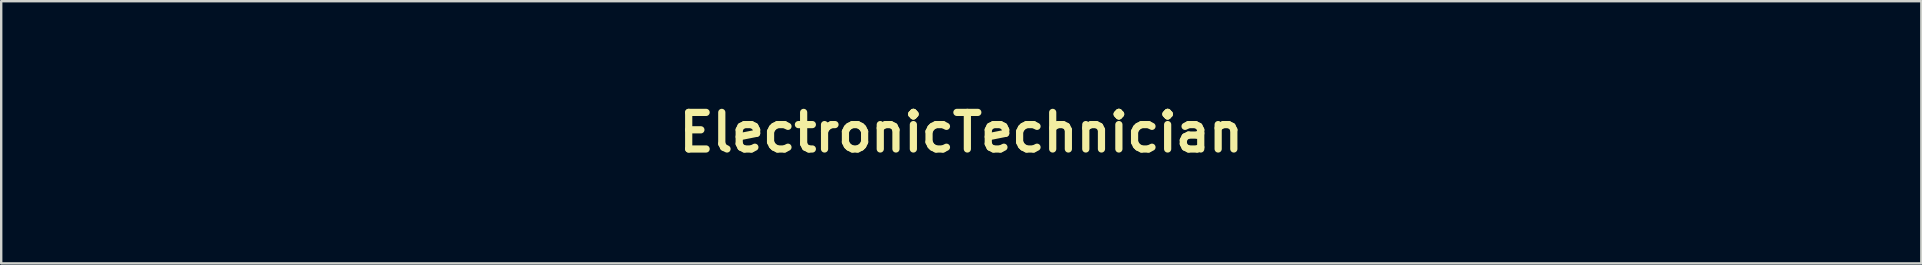
<source format=kicad_pcb>
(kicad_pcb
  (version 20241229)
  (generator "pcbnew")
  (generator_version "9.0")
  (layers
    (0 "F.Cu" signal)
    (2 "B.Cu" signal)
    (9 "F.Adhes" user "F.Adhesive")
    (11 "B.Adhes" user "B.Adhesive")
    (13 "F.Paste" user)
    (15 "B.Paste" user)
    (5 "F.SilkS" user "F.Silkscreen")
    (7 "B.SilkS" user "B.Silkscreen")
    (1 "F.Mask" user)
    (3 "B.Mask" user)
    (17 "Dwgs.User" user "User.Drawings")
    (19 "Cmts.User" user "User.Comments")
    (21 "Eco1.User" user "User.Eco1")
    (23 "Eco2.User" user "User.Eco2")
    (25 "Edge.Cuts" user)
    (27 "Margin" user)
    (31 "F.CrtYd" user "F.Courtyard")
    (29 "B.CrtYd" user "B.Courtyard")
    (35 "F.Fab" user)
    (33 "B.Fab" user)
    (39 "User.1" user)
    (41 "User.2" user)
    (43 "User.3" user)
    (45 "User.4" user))
  (footprint "ElectronicTechnician"
    (layer "F.Cu")
    (at 37.004 2.468)
    (property "Reference" "ElectronicTechnician" (at 0 0 0) (layer "F.SilkS") (effects (font (size 1.524 1.524) (thickness 0.3))))
    (attr through_hole)
    (fp_poly (pts (xy -8.213 2.371) (xy -9.398 2.371) (xy -9.398 -1.185) (xy -8.213 -1.185) (xy -8.213 2.371)) (stroke (width 0.01) (type solid)) (fill yes) (layer "F.Mask"))
    (fp_poly (pts (xy 23.199 -1.439) (xy 22.013 -1.439) (xy 22.013 -2.455) (xy 23.199 -2.455) (xy 23.199 -1.439)) (stroke (width 0.01) (type solid)) (fill yes) (layer "F.Mask"))
    (fp_poly (pts (xy 23.199 2.371) (xy 22.013 2.371) (xy 22.013 -1.185) (xy 23.199 -1.185) (xy 23.199 2.371)) (stroke (width 0.01) (type solid)) (fill yes) (layer "F.Mask"))
    (fp_poly (pts (xy 28.617 -1.439) (xy 27.517 -1.439) (xy 27.517 -2.455) (xy 28.617 -2.455) (xy 28.617 -1.439)) (stroke (width 0.01) (type solid)) (fill yes) (layer "F.Mask"))
    (fp_poly (pts (xy 28.617 2.371) (xy 27.517 2.371) (xy 27.517 -1.185) (xy 28.617 -1.185) (xy 28.617 2.371)) (stroke (width 0.01) (type solid)) (fill yes) (layer "F.Mask"))
    (fp_poly (pts (xy -8.826 -2.438) (xy -8.255 -2.413) (xy -8.255 -1.482) (xy -9.398 -1.432) (xy -9.398 -2.463) (xy -8.826 -2.438)) (stroke (width 0.01) (type solid)) (fill yes) (layer "F.Mask"))
    (fp_poly (pts (xy -30.988 2.371) (xy -32.176 2.371) (xy -32.153 -0.021) (xy -32.131 -2.413) (xy -31.559 -2.438) (xy -30.988 -2.463) (xy -30.988 2.371)) (stroke (width 0.01) (type solid)) (fill yes) (layer "F.Mask"))
    (fp_poly (pts (xy 3.916 -2.435) (xy 6.308 -2.413) (xy 6.308 -1.566) (xy 4.487 -1.518) (xy 4.487 2.371) (xy 3.302 2.371) (xy 3.302 -1.524) (xy 1.524 -1.524) (xy 1.524 -2.458) (xy 3.916 -2.435)) (stroke (width 0.01) (type solid)) (fill yes) (layer "F.Mask"))
    (fp_poly (pts (xy -34.819 -2.436) (xy -32.639 -2.413) (xy -32.639 -1.566) (xy -34.227 -1.543) (xy -35.814 -1.52) (xy -35.814 -0.597) (xy -32.893 -0.55) (xy -32.842 0.339) (xy -35.814 0.339) (xy -35.814 1.524) (xy -32.512 1.524) (xy -32.512 2.371) (xy -36.999 2.371) (xy -36.999 -2.458) (xy -34.819 -2.436)) (stroke (width 0.01) (type solid)) (fill yes) (layer "F.Mask"))
    (fp_poly (pts (xy 36.287 -1.121) (xy 36.671 -0.869) (xy 36.747 -0.79) (xy 36.999 -0.502) (xy 36.999 2.371) (xy 35.899 2.371) (xy 35.899 1.162) (xy 35.894 0.606) (xy 35.873 0.196) (xy 35.827 -0.088) (xy 35.748 -0.27) (xy 35.626 -0.372) (xy 35.452 -0.415) (xy 35.265 -0.423) (xy 34.997 -0.4) (xy 34.821 -0.31) (xy 34.719 -0.2) (xy 34.649 -0.095) (xy 34.6 0.029) (xy 34.569 0.205) (xy 34.552 0.465) (xy 34.545 0.839) (xy 34.544 1.197) (xy 34.544 2.371) (xy 33.359 2.371) (xy 33.359 -1.197) (xy 34.015 -1.186) (xy 34.427 -1.189) (xy 34.861 -1.207) (xy 35.198 -1.234) (xy 35.796 -1.242) (xy 36.287 -1.121)) (stroke (width 0.01) (type solid)) (fill yes) (layer "F.Mask"))
    (fp_poly (pts (xy 20.456 -1.181) (xy 20.887 -1.053) (xy 21.203 -0.825) (xy 21.31 -0.691) (xy 21.368 -0.582) (xy 21.412 -0.434) (xy 21.443 -0.219) (xy 21.465 0.089) (xy 21.481 0.518) (xy 21.491 0.953) (xy 21.52 2.371) (xy 20.32 2.371) (xy 20.32 1.107) (xy 20.317 0.597) (xy 20.306 0.231) (xy 20.285 -0.018) (xy 20.252 -0.177) (xy 20.203 -0.272) (xy 20.187 -0.29) (xy 19.98 -0.395) (xy 19.695 -0.419) (xy 19.404 -0.365) (xy 19.208 -0.262) (xy 19.129 -0.19) (xy 19.074 -0.103) (xy 19.036 0.028) (xy 19.012 0.232) (xy 18.996 0.539) (xy 18.984 0.978) (xy 18.98 1.135) (xy 18.953 2.371) (xy 17.78 2.371) (xy 17.78 -1.195) (xy 18.521 -1.198) (xy 18.966 -1.202) (xy 19.447 -1.207) (xy 19.865 -1.214) (xy 19.897 -1.214) (xy 20.456 -1.181)) (stroke (width 0.01) (type solid)) (fill yes) (layer "F.Mask"))
    (fp_poly (pts (xy -10.979 -1.189) (xy -10.574 -1.079) (xy -10.28 -0.878) (xy -10.075 -0.576) (xy -10.066 -0.557) (xy -10.003 -0.391) (xy -9.959 -0.194) (xy -9.931 0.064) (xy -9.915 0.417) (xy -9.908 0.897) (xy -9.908 1.079) (xy -9.906 2.371) (xy -11.079 2.371) (xy -11.107 1.055) (xy -11.119 0.524) (xy -11.138 0.138) (xy -11.175 -0.125) (xy -11.237 -0.289) (xy -11.337 -0.377) (xy -11.484 -0.414) (xy -11.688 -0.422) (xy -11.741 -0.422) (xy -12.006 -0.396) (xy -12.185 -0.296) (xy -12.271 -0.2) (xy -12.341 -0.095) (xy -12.39 0.029) (xy -12.421 0.205) (xy -12.438 0.465) (xy -12.445 0.839) (xy -12.446 1.197) (xy -12.446 2.371) (xy -13.631 2.371) (xy -13.631 -1.191) (xy -12.89 -1.199) (xy -12.445 -1.204) (xy -11.965 -1.211) (xy -11.547 -1.217) (xy -11.515 -1.217) (xy -10.979 -1.189)) (stroke (width 0.01) (type solid)) (fill yes) (layer "F.Mask"))
    (fp_poly (pts (xy 14.732 -1.769) (xy 14.735 -1.431) (xy 14.75 -1.232) (xy 14.783 -1.143) (xy 14.842 -1.133) (xy 14.88 -1.147) (xy 15.039 -1.186) (xy 15.306 -1.224) (xy 15.589 -1.25) (xy 16.14 -1.229) (xy 16.602 -1.093) (xy 16.954 -0.848) (xy 17.1 -0.662) (xy 17.165 -0.54) (xy 17.211 -0.401) (xy 17.242 -0.216) (xy 17.26 0.047) (xy 17.269 0.415) (xy 17.272 0.919) (xy 17.272 0.999) (xy 17.272 2.378) (xy 16.129 2.328) (xy 16.105 1.064) (xy 16.09 0.557) (xy 16.065 0.144) (xy 16.033 -0.15) (xy 15.995 -0.302) (xy 15.989 -0.312) (xy 15.84 -0.387) (xy 15.594 -0.419) (xy 15.323 -0.408) (xy 15.096 -0.351) (xy 15.069 -0.338) (xy 14.935 -0.205) (xy 14.837 0.039) (xy 14.773 0.409) (xy 14.739 0.92) (xy 14.732 1.376) (xy 14.732 2.371) (xy 13.631 2.371) (xy 13.631 -2.455) (xy 14.732 -2.455) (xy 14.732 -1.769)) (stroke (width 0.01) (type solid)) (fill yes) (layer "F.Mask"))
    (fp_poly (pts (xy -15.576 -1.243) (xy -15.076 -1.122) (xy -14.627 -0.883) (xy -14.579 -0.849) (xy -14.258 -0.567) (xy -14.057 -0.253) (xy -13.954 0.138) (xy -13.93 0.55) (xy -13.983 1.108) (xy -14.153 1.553) (xy -14.45 1.903) (xy -14.854 2.16) (xy -15.37 2.342) (xy -15.934 2.424) (xy -16.474 2.398) (xy -16.619 2.368) (xy -17.119 2.188) (xy -17.516 1.915) (xy -17.626 1.807) (xy -17.837 1.536) (xy -17.964 1.235) (xy -18.024 0.852) (xy -18.03 0.645) (xy -16.849 0.645) (xy -16.835 0.94) (xy -16.779 1.136) (xy -16.657 1.304) (xy -16.601 1.361) (xy -16.29 1.561) (xy -15.923 1.611) (xy -15.544 1.512) (xy -15.315 1.322) (xy -15.155 1.018) (xy -15.086 0.651) (xy -15.093 0.455) (xy -15.194 0.04) (xy -15.394 -0.247) (xy -15.706 -0.42) (xy -15.735 -0.43) (xy -15.993 -0.483) (xy -16.209 -0.45) (xy -16.359 -0.387) (xy -16.611 -0.217) (xy -16.765 0.024) (xy -16.838 0.371) (xy -16.849 0.645) (xy -18.03 0.645) (xy -18.034 0.519) (xy -18.022 0.173) (xy -17.971 -0.08) (xy -17.865 -0.313) (xy -17.79 -0.437) (xy -17.447 -0.823) (xy -16.987 -1.088) (xy -16.409 -1.233) (xy -16.169 -1.255) (xy -15.576 -1.243)) (stroke (width 0.01) (type solid)) (fill yes) (layer "F.Mask"))
    (fp_poly (pts (xy -27.717 -1.125) (xy -27.257 -0.886) (xy -26.905 -0.541) (xy -26.677 -0.1) (xy -26.586 0.426) (xy -26.585 0.492) (xy -26.585 0.931) (xy -27.03 0.945) (xy -27.251 0.955) (xy -27.307 0.969) (xy -27.203 0.986) (xy -27.178 0.989) (xy -26.915 1.023) (xy -26.693 1.061) (xy -26.69 1.062) (xy -26.499 1.104) (xy -26.661 1.42) (xy -26.957 1.848) (xy -27.352 2.151) (xy -27.545 2.243) (xy -27.961 2.36) (xy -28.457 2.416) (xy -28.953 2.405) (xy -29.31 2.342) (xy -29.833 2.118) (xy -30.235 1.78) (xy -30.506 1.342) (xy -30.609 0.931) (xy -29.47 0.931) (xy -29.372 1.122) (xy -29.144 1.398) (xy -28.824 1.569) (xy -28.465 1.618) (xy -28.119 1.529) (xy -28.105 1.521) (xy -27.951 1.386) (xy -27.812 1.183) (xy -27.682 0.931) (xy -29.47 0.931) (xy -30.609 0.931) (xy -30.637 0.817) (xy -30.647 0.611) (xy -30.576 0.043) (xy -30.564 0.015) (xy -29.379 0.015) (xy -29.301 0.045) (xy -29.089 0.068) (xy -28.782 0.082) (xy -28.565 0.085) (xy -27.75 0.085) (xy -27.875 -0.106) (xy -28.138 -0.362) (xy -28.477 -0.477) (xy -28.693 -0.472) (xy -28.918 -0.399) (xy -29.144 -0.267) (xy -29.316 -0.114) (xy -29.379 0.015) (xy -30.564 0.015) (xy -30.364 -0.437) (xy -30.023 -0.818) (xy -29.563 -1.088) (xy -28.994 -1.236) (xy -28.912 -1.246) (xy -28.274 -1.249) (xy -27.717 -1.125)) (stroke (width 0.01) (type solid)) (fill yes) (layer "F.Mask"))
    (fp_poly (pts (xy 25.889 -1.245) (xy 26.372 -1.137) (xy 26.77 -0.916) (xy 26.937 -0.769) (xy 27.126 -0.543) (xy 27.271 -0.303) (xy 27.35 -0.095) (xy 27.34 0.035) (xy 27.336 0.04) (xy 27.241 0.065) (xy 27.028 0.1) (xy 26.789 0.13) (xy 26.505 0.158) (xy 26.342 0.153) (xy 26.252 0.098) (xy 26.188 -0.022) (xy 26.169 -0.068) (xy 25.98 -0.33) (xy 25.7 -0.461) (xy 25.358 -0.448) (xy 25.278 -0.425) (xy 24.995 -0.285) (xy 24.82 -0.073) (xy 24.737 0.245) (xy 24.723 0.532) (xy 24.762 0.998) (xy 24.885 1.323) (xy 25.101 1.521) (xy 25.419 1.602) (xy 25.51 1.606) (xy 25.809 1.545) (xy 26.061 1.384) (xy 26.217 1.159) (xy 26.247 1.008) (xy 26.258 0.91) (xy 26.315 0.86) (xy 26.458 0.847) (xy 26.723 0.862) (xy 26.802 0.868) (xy 27.093 0.898) (xy 27.311 0.932) (xy 27.407 0.962) (xy 27.421 1.084) (xy 27.356 1.293) (xy 27.233 1.54) (xy 27.079 1.781) (xy 26.915 1.967) (xy 26.878 1.998) (xy 26.397 2.266) (xy 25.84 2.413) (xy 25.259 2.429) (xy 24.934 2.376) (xy 24.47 2.198) (xy 24.063 1.918) (xy 23.754 1.572) (xy 23.627 1.328) (xy 23.549 0.973) (xy 23.534 0.543) (xy 23.577 0.108) (xy 23.676 -0.262) (xy 23.73 -0.378) (xy 24.043 -0.763) (xy 24.477 -1.046) (xy 25.01 -1.213) (xy 25.293 -1.248) (xy 25.889 -1.245)) (stroke (width 0.01) (type solid)) (fill yes) (layer "F.Mask"))
    (fp_poly (pts (xy 12.031 -1.221) (xy 12.31 -1.194) (xy 12.523 -1.139) (xy 12.721 -1.046) (xy 12.754 -1.027) (xy 13.007 -0.831) (xy 13.236 -0.569) (xy 13.401 -0.293) (xy 13.462 -0.063) (xy 13.384 0.035) (xy 13.147 0.103) (xy 13.069 0.115) (xy 12.731 0.156) (xy 12.52 0.156) (xy 12.394 0.108) (xy 12.314 -0.001) (xy 12.28 -0.077) (xy 12.092 -0.333) (xy 11.813 -0.461) (xy 11.473 -0.448) (xy 11.393 -0.425) (xy 11.109 -0.285) (xy 10.935 -0.073) (xy 10.852 0.245) (xy 10.837 0.532) (xy 10.875 0.994) (xy 10.995 1.317) (xy 11.208 1.514) (xy 11.525 1.6) (xy 11.657 1.606) (xy 11.921 1.582) (xy 12.098 1.483) (xy 12.186 1.386) (xy 12.309 1.18) (xy 12.361 0.995) (xy 12.361 0.993) (xy 12.375 0.903) (xy 12.441 0.858) (xy 12.596 0.848) (xy 12.879 0.865) (xy 12.916 0.868) (xy 13.207 0.898) (xy 13.426 0.932) (xy 13.521 0.962) (xy 13.536 1.084) (xy 13.47 1.293) (xy 13.348 1.54) (xy 13.193 1.781) (xy 13.03 1.967) (xy 12.993 1.998) (xy 12.512 2.266) (xy 11.955 2.413) (xy 11.373 2.429) (xy 11.049 2.376) (xy 10.585 2.198) (xy 10.178 1.918) (xy 9.869 1.572) (xy 9.742 1.328) (xy 9.695 1.118) (xy 9.663 0.811) (xy 9.653 0.524) (xy 9.706 -0.004) (xy 9.872 -0.424) (xy 10.168 -0.767) (xy 10.451 -0.971) (xy 10.666 -1.095) (xy 10.854 -1.171) (xy 11.07 -1.211) (xy 11.365 -1.226) (xy 11.635 -1.228) (xy 12.031 -1.221)) (stroke (width 0.01) (type solid)) (fill yes) (layer "F.Mask"))
    (fp_poly (pts (xy 7.837 -1.255) (xy 8.353 -1.107) (xy 8.796 -0.85) (xy 9.145 -0.496) (xy 9.38 -0.057) (xy 9.479 0.453) (xy 9.481 0.529) (xy 9.483 0.931) (xy 8.996 0.945) (xy 8.509 0.959) (xy 8.975 1.009) (xy 9.241 1.043) (xy 9.376 1.089) (xy 9.421 1.167) (xy 9.417 1.264) (xy 9.313 1.553) (xy 9.086 1.847) (xy 8.775 2.1) (xy 8.607 2.195) (xy 8.305 2.3) (xy 7.918 2.379) (xy 7.513 2.425) (xy 7.157 2.428) (xy 6.985 2.403) (xy 6.398 2.196) (xy 5.94 1.913) (xy 5.624 1.562) (xy 5.498 1.297) (xy 5.445 1.023) (xy 6.604 1.023) (xy 6.659 1.135) (xy 6.798 1.305) (xy 6.851 1.361) (xy 7.081 1.54) (xy 7.338 1.605) (xy 7.45 1.609) (xy 7.715 1.588) (xy 7.93 1.537) (xy 7.963 1.521) (xy 8.117 1.386) (xy 8.256 1.183) (xy 8.386 0.931) (xy 7.495 0.931) (xy 7.046 0.94) (xy 6.75 0.965) (xy 6.613 1.006) (xy 6.604 1.023) (xy 5.445 1.023) (xy 5.416 0.872) (xy 5.41 0.391) (xy 5.466 0.037) (xy 6.689 0.037) (xy 6.767 0.058) (xy 6.977 0.074) (xy 7.281 0.083) (xy 7.451 0.085) (xy 7.786 0.08) (xy 8.046 0.067) (xy 8.193 0.047) (xy 8.213 0.037) (xy 8.136 -0.174) (xy 7.937 -0.34) (xy 7.66 -0.443) (xy 7.349 -0.463) (xy 7.154 -0.423) (xy 6.902 -0.29) (xy 6.733 -0.107) (xy 6.689 0.037) (xy 5.466 0.037) (xy 5.48 -0.052) (xy 5.499 -0.115) (xy 5.659 -0.403) (xy 5.929 -0.7) (xy 6.257 -0.962) (xy 6.594 -1.143) (xy 6.672 -1.17) (xy 7.27 -1.28) (xy 7.837 -1.255)) (stroke (width 0.01) (type solid)) (fill yes) (layer "F.Mask"))
    (fp_poly (pts (xy 31.536 -1.221) (xy 31.832 -1.198) (xy 32.047 -1.152) (xy 32.223 -1.075) (xy 32.258 -1.055) (xy 32.483 -0.896) (xy 32.646 -0.702) (xy 32.754 -0.443) (xy 32.818 -0.092) (xy 32.846 0.381) (xy 32.851 0.752) (xy 32.854 1.208) (xy 32.867 1.53) (xy 32.895 1.757) (xy 32.943 1.923) (xy 33.015 2.066) (xy 33.027 2.086) (xy 33.203 2.371) (xy 32.559 2.371) (xy 32.205 2.362) (xy 31.99 2.332) (xy 31.884 2.276) (xy 31.866 2.246) (xy 31.815 2.173) (xy 31.713 2.175) (xy 31.509 2.251) (xy 31.074 2.371) (xy 30.569 2.419) (xy 30.074 2.391) (xy 29.789 2.327) (xy 29.386 2.131) (xy 29.11 1.858) (xy 28.97 1.534) (xy 28.972 1.327) (xy 30.161 1.327) (xy 30.25 1.489) (xy 30.453 1.603) (xy 30.488 1.612) (xy 30.771 1.625) (xy 31.12 1.561) (xy 31.34 1.485) (xy 31.456 1.383) (xy 31.567 1.207) (xy 31.643 1.022) (xy 31.65 0.892) (xy 31.641 0.879) (xy 31.528 0.861) (xy 31.302 0.88) (xy 31.012 0.926) (xy 30.708 0.989) (xy 30.44 1.061) (xy 30.256 1.13) (xy 30.211 1.162) (xy 30.161 1.327) (xy 28.972 1.327) (xy 28.974 1.183) (xy 29.132 0.833) (xy 29.219 0.722) (xy 29.485 0.496) (xy 29.849 0.325) (xy 30.332 0.202) (xy 30.912 0.123) (xy 31.296 0.074) (xy 31.532 0.013) (xy 31.641 -0.07) (xy 31.644 -0.185) (xy 31.638 -0.204) (xy 31.494 -0.36) (xy 31.234 -0.456) (xy 30.901 -0.481) (xy 30.748 -0.466) (xy 30.502 -0.41) (xy 30.36 -0.307) (xy 30.263 -0.127) (xy 30.144 0.157) (xy 29.656 0.11) (xy 29.378 0.073) (xy 29.169 0.027) (xy 29.092 -0.006) (xy 29.054 -0.144) (xy 29.126 -0.346) (xy 29.283 -0.581) (xy 29.496 -0.814) (xy 29.74 -1.014) (xy 29.986 -1.146) (xy 30.037 -1.163) (xy 30.221 -1.191) (xy 30.523 -1.213) (xy 30.895 -1.226) (xy 31.115 -1.228) (xy 31.536 -1.221)) (stroke (width 0.01) (type solid)) (fill yes) (layer "F.Mask"))
    (fp_poly (pts (xy -21.19 -2.378) (xy -21.174 -2.172) (xy -21.167 -1.88) (xy -21.167 -1.82) (xy -21.167 -1.185) (xy -20.489 -1.185) (xy -20.489 -0.423) (xy -20.831 -0.423) (xy -21.172 -0.423) (xy -21.148 0.529) (xy -21.124 1.482) (xy -20.811 1.508) (xy -20.61 1.538) (xy -20.503 1.62) (xy -20.438 1.803) (xy -20.418 1.889) (xy -20.39 1.971) (xy -20.368 1.934) (xy -20.352 1.766) (xy -20.34 1.458) (xy -20.333 1) (xy -20.329 0.542) (xy -20.32 -1.16) (xy -19.307 -1.217) (xy -18.83 -1.239) (xy -18.486 -1.24) (xy -18.238 -1.218) (xy -18.051 -1.171) (xy -17.994 -1.15) (xy -17.803 -1.061) (xy -17.701 -0.998) (xy -17.695 -0.989) (xy -17.727 -0.897) (xy -17.807 -0.703) (xy -17.871 -0.555) (xy -17.993 -0.315) (xy -18.093 -0.212) (xy -18.189 -0.215) (xy -18.485 -0.314) (xy -18.72 -0.327) (xy -18.83 -0.306) (xy -18.979 -0.202) (xy -19.091 0.031) (xy -19.166 0.403) (xy -19.208 0.925) (xy -19.219 1.489) (xy -19.219 2.376) (xy -20.539 2.352) (xy -21.859 2.328) (xy -22.063 2.091) (xy -22.146 1.985) (xy -22.202 1.873) (xy -22.238 1.722) (xy -22.258 1.5) (xy -22.266 1.172) (xy -22.267 0.715) (xy -22.267 -0.423) (xy -22.477 -0.423) (xy -22.622 -0.405) (xy -22.641 -0.316) (xy -22.607 -0.215) (xy -22.566 -0.078) (xy -22.588 0.008) (xy -22.703 0.062) (xy -22.94 0.101) (xy -23.159 0.126) (xy -23.664 0.18) (xy -23.791 -0.099) (xy -23.987 -0.358) (xy -24.263 -0.475) (xy -24.596 -0.443) (xy -24.746 -0.384) (xy -25.014 -0.192) (xy -25.17 0.09) (xy -25.222 0.482) (xy -25.212 0.734) (xy -25.17 1.044) (xy -25.091 1.246) (xy -24.95 1.405) (xy -24.943 1.411) (xy -24.649 1.573) (xy -24.334 1.605) (xy -24.041 1.519) (xy -23.811 1.328) (xy -23.691 1.058) (xy -23.654 0.965) (xy -23.559 0.915) (xy -23.366 0.897) (xy -23.131 0.897) (xy -22.847 0.91) (xy -22.634 0.934) (xy -22.549 0.96) (xy -22.523 1.093) (xy -22.581 1.309) (xy -22.7 1.561) (xy -22.859 1.799) (xy -22.987 1.936) (xy -23.329 2.158) (xy -23.764 2.334) (xy -24.22 2.437) (xy -24.463 2.453) (xy -24.721 2.422) (xy -25.041 2.348) (xy -25.212 2.295) (xy -25.511 2.169) (xy -25.776 2.018) (xy -25.88 1.938) (xy -26.172 1.563) (xy -26.352 1.105) (xy -26.418 0.606) (xy -26.37 0.107) (xy -26.207 -0.35) (xy -25.939 -0.714) (xy -25.528 -1.004) (xy -25.03 -1.187) (xy -24.485 -1.264) (xy -23.935 -1.232) (xy -23.422 -1.091) (xy -22.988 -0.84) (xy -22.925 -0.787) (xy -22.822 -0.708) (xy -22.782 -0.75) (xy -22.775 -0.913) (xy -22.751 -1.101) (xy -22.648 -1.182) (xy -22.543 -1.201) (xy -22.394 -1.237) (xy -22.32 -1.333) (xy -22.287 -1.54) (xy -22.284 -1.589) (xy -22.261 -1.787) (xy -22.204 -1.92) (xy -22.076 -2.03) (xy -21.842 -2.16) (xy -21.757 -2.203) (xy -21.496 -2.331) (xy -21.299 -2.422) (xy -21.211 -2.455) (xy -21.19 -2.378)) (stroke (width 0.01) (type solid)) (fill yes) (layer "F.Mask"))
    (fp_poly (pts (xy -1.812 -1.232) (xy -1.505 -1.17) (xy -1.15 -1.006) (xy -0.854 -0.762) (xy -0.662 -0.482) (xy -0.629 -0.388) (xy -0.605 -0.21) (xy -0.66 -0.097) (xy -0.823 -0.028) (xy -1.121 0.017) (xy -1.201 0.025) (xy -1.474 0.047) (xy -1.627 0.033) (xy -1.707 -0.032) (xy -1.764 -0.165) (xy -1.766 -0.171) (xy -1.917 -0.368) (xy -2.175 -0.479) (xy -2.493 -0.49) (xy -2.684 -0.446) (xy -2.874 -0.36) (xy -2.926 -0.27) (xy -2.831 -0.173) (xy -2.583 -0.063) (xy -2.178 0.065) (xy -1.925 0.134) (xy -1.358 0.298) (xy -0.959 0.448) (xy -0.728 0.585) (xy -0.72 0.592) (xy -0.508 0.892) (xy -0.444 1.227) (xy -0.521 1.568) (xy -0.732 1.888) (xy -1.067 2.156) (xy -1.149 2.2) (xy -1.394 2.311) (xy -1.634 2.376) (xy -1.93 2.406) (xy -2.284 2.412) (xy -2.925 2.36) (xy -3.434 2.208) (xy -3.808 1.956) (xy -3.963 1.765) (xy -4.125 1.508) (xy -4.307 1.763) (xy -4.499 1.96) (xy -4.762 2.145) (xy -4.852 2.194) (xy -5.213 2.318) (xy -5.652 2.397) (xy -6.092 2.423) (xy -6.46 2.386) (xy -6.483 2.381) (xy -7.02 2.164) (xy -7.444 1.832) (xy -7.741 1.404) (xy -7.9 0.899) (xy -7.905 0.632) (xy -6.712 0.632) (xy -6.704 0.914) (xy -6.611 1.24) (xy -6.389 1.477) (xy -6.068 1.598) (xy -5.927 1.609) (xy -5.621 1.566) (xy -5.389 1.417) (xy -5.372 1.401) (xy -5.229 1.206) (xy -5.165 1.018) (xy -5.165 1.008) (xy -5.155 0.912) (xy -5.103 0.863) (xy -4.969 0.853) (xy -4.718 0.876) (xy -4.593 0.89) (xy -4.201 0.926) (xy -3.788 0.949) (xy -3.535 0.954) (xy -3.257 0.959) (xy -3.11 0.988) (xy -3.054 1.053) (xy -3.048 1.11) (xy -2.991 1.287) (xy -2.879 1.439) (xy -2.687 1.554) (xy -2.433 1.607) (xy -2.158 1.606) (xy -1.903 1.557) (xy -1.71 1.465) (xy -1.62 1.338) (xy -1.629 1.254) (xy -1.739 1.17) (xy -1.995 1.076) (xy -2.373 0.982) (xy -2.384 0.98) (xy -3.031 0.814) (xy -3.513 0.624) (xy -3.834 0.407) (xy -3.936 0.286) (xy -4.023 0.172) (xy -4.123 0.114) (xy -4.287 0.102) (xy -4.562 0.125) (xy -4.619 0.131) (xy -4.913 0.158) (xy -5.083 0.155) (xy -5.174 0.109) (xy -5.229 0.009) (xy -5.244 -0.028) (xy -5.377 -0.236) (xy -5.546 -0.389) (xy -5.719 -0.476) (xy -5.896 -0.483) (xy -6.1 -0.432) (xy -6.384 -0.302) (xy -6.574 -0.098) (xy -6.68 0.206) (xy -6.712 0.632) (xy -7.905 0.632) (xy -7.909 0.338) (xy -7.87 0.109) (xy -7.681 -0.391) (xy -7.364 -0.782) (xy -6.925 -1.059) (xy -6.37 -1.218) (xy -6.096 -1.25) (xy -5.462 -1.238) (xy -4.941 -1.101) (xy -4.525 -0.838) (xy -4.224 -0.473) (xy -4.118 -0.321) (xy -4.07 -0.314) (xy -4.064 -0.368) (xy -3.994 -0.555) (xy -3.813 -0.771) (xy -3.565 -0.977) (xy -3.294 -1.132) (xy -3.171 -1.176) (xy -2.76 -1.247) (xy -2.28 -1.265) (xy -1.812 -1.232)) (stroke (width 0.01) (type solid)) (fill yes) (layer "F.Mask")))
  (gr_rect
    (start -3 -3)
    (end 77.009 7.926)
    (stroke (width 0.1) (type default))
    (fill no)
    (layer "Edge.Cuts")))
</source>
